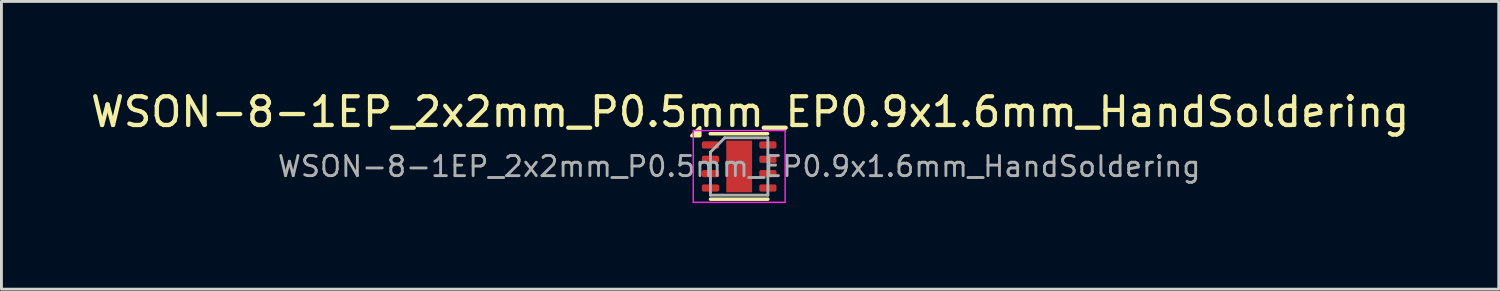
<source format=kicad_pcb>
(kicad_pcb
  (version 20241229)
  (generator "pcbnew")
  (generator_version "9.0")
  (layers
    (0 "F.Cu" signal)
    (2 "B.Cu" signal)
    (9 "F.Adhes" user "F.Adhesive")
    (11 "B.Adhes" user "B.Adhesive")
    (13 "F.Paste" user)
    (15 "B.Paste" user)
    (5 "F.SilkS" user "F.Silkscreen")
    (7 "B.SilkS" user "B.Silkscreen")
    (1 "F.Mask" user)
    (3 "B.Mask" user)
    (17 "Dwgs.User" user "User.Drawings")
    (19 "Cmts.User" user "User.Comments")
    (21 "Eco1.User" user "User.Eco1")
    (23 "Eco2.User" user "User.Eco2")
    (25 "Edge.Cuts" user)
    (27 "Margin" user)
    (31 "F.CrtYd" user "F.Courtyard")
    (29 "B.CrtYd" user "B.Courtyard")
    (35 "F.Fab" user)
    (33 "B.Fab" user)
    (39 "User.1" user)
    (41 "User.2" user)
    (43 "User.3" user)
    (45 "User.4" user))
  (footprint "WSON-8-1EP_2x2mm_P0.5mm_EP0.9x1.6mm_HandSoldering"
    (layer "F.Cu")
    (at 22.697 2.748)
    (property "Reference" "WSON-8-1EP_2x2mm_P0.5mm_EP0.9x1.6mm_HandSoldering" (at 0.38 -1.9 0) (layer "F.SilkS") (effects (font (size 1 1) (thickness 0.15))))
    (attr smd)
    (fp_line (start -1.01 -1.14) (end 0.99 -1.14) (stroke (width 0.12) (type solid)) (layer "F.SilkS"))
    (fp_line (start -1 1.14) (end 1 1.14) (stroke (width 0.12) (type solid)) (layer "F.SilkS"))
    (fp_poly (pts (xy -1.37 -1.07) (xy -1.65 -1.07) (xy -1.37 -1.35) (xy -1.37 -1.07)) (stroke (width 0.12) (type solid)) (fill yes) (layer "F.SilkS"))
    (fp_line (start -1.6 -1.25) (end -1.6 1.25) (stroke (width 0.05) (type solid)) (layer "F.CrtYd"))
    (fp_line (start -1.6 -1.25) (end 1.6 -1.25) (stroke (width 0.05) (type solid)) (layer "F.CrtYd"))
    (fp_line (start -1.6 1.25) (end 1.6 1.25) (stroke (width 0.05) (type solid)) (layer "F.CrtYd"))
    (fp_line (start 1.6 -1.25) (end 1.6 1.25) (stroke (width 0.05) (type solid)) (layer "F.CrtYd"))
    (fp_line (start -1 1) (end -1 -0.5) (stroke (width 0.1) (type solid)) (layer "F.Fab"))
    (fp_line (start -0.5 -1) (end -1 -0.5) (stroke (width 0.1) (type solid)) (layer "F.Fab"))
    (fp_line (start -0.5 -1) (end 1 -1) (stroke (width 0.1) (type solid)) (layer "F.Fab"))
    (fp_line (start 1 -1) (end 1 1) (stroke (width 0.1) (type solid)) (layer "F.Fab"))
    (fp_line (start 1 1) (end -1 1) (stroke (width 0.1) (type solid)) (layer "F.Fab"))
    (fp_text user "${REFERENCE}" (at 0 0 0) (layer "F.Fab") (effects (font (size 0.7 0.7) (thickness 0.1))))
    (pad "" smd rect (at 0 -0.4) (size 0.75 0.65) (layers "F.Paste"))
    (pad "" smd rect (at 0 0.4) (size 0.75 0.65) (layers "F.Paste"))
    (pad "1" smd roundrect (at -1 -0.75) (size 0.6 0.25) (layers "F.Cu" "F.Mask" "F.Paste") (roundrect_rratio 0.25))
    (pad "2" smd roundrect (at -1 -0.25) (size 0.6 0.25) (layers "F.Cu" "F.Mask" "F.Paste") (roundrect_rratio 0.25))
    (pad "3" smd roundrect (at -1 0.25) (size 0.6 0.25) (layers "F.Cu" "F.Mask" "F.Paste") (roundrect_rratio 0.25))
    (pad "4" smd roundrect (at -1 0.75) (size 0.6 0.25) (layers "F.Cu" "F.Mask" "F.Paste") (roundrect_rratio 0.25))
    (pad "5" smd roundrect (at 1 0.75) (size 0.6 0.25) (layers "F.Cu" "F.Mask" "F.Paste") (roundrect_rratio 0.25))
    (pad "6" smd roundrect (at 1 0.25) (size 0.6 0.25) (layers "F.Cu" "F.Mask" "F.Paste") (roundrect_rratio 0.25))
    (pad "7" smd roundrect (at 1 -0.25) (size 0.6 0.25) (layers "F.Cu" "F.Mask" "F.Paste") (roundrect_rratio 0.25))
    (pad "8" smd roundrect (at 1 -0.75) (size 0.6 0.25) (layers "F.Cu" "F.Mask" "F.Paste") (roundrect_rratio 0.25))
    (pad "9" smd rect (at 0 0) (size 0.9 1.8) (layers "F.Cu" "F.Mask")))
  (gr_rect
    (start -3 -3)
    (end 49.155 7.023)
    (stroke (width 0.1) (type default))
    (fill no)
    (layer "Edge.Cuts")))
</source>
